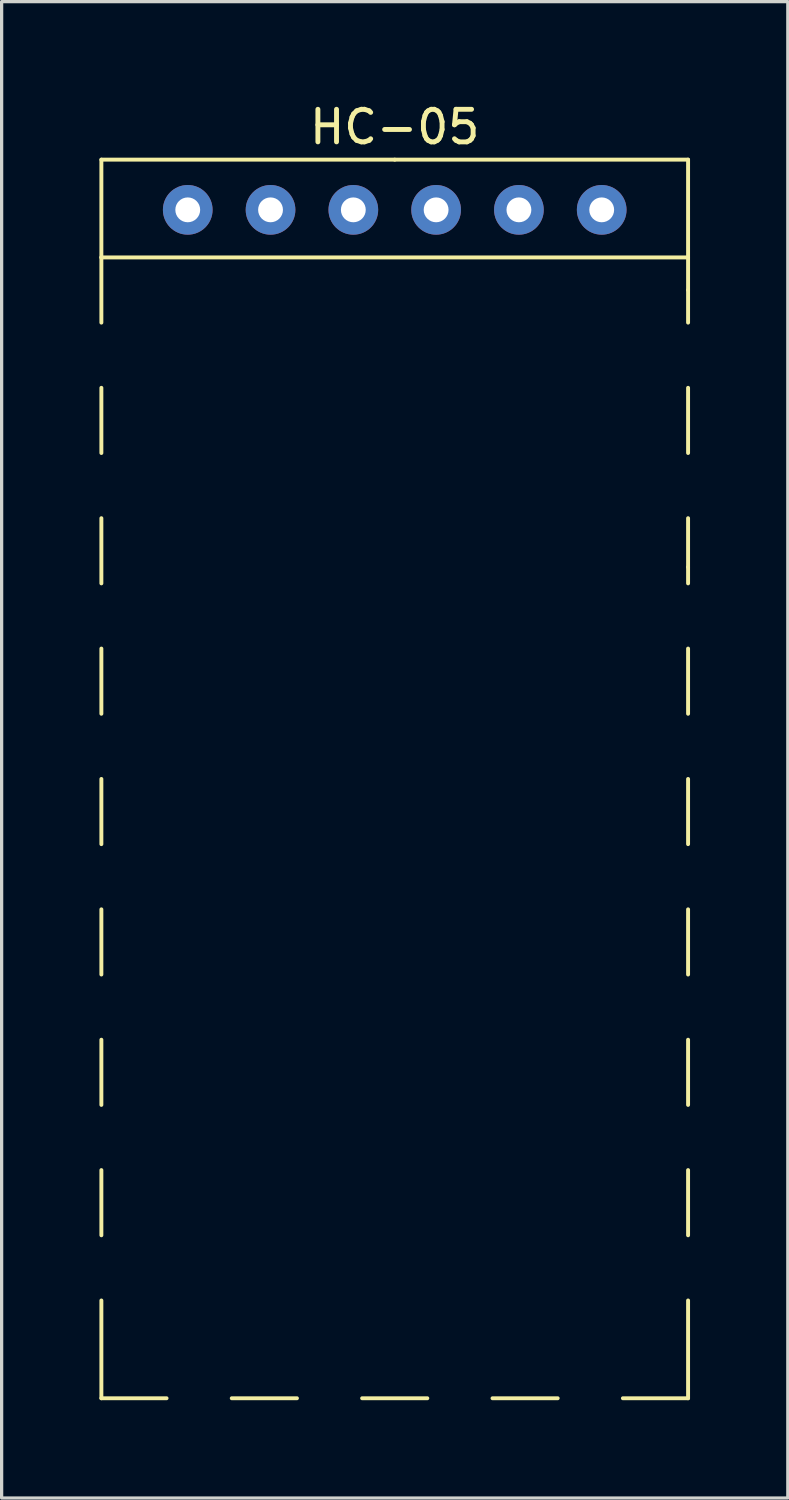
<source format=kicad_pcb>
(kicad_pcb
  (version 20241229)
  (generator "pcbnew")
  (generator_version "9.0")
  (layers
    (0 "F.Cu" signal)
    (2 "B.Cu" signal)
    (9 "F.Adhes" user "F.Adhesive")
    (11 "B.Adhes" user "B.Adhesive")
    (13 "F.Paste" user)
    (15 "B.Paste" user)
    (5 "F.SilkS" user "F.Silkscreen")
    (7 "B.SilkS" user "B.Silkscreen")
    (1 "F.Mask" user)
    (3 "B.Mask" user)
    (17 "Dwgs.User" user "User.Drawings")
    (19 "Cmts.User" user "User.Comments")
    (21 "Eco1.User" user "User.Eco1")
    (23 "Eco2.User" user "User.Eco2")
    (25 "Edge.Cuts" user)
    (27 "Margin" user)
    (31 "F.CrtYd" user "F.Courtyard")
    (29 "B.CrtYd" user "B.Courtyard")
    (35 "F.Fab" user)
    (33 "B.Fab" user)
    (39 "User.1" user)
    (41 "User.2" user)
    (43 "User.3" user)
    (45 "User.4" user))
  (footprint "HC-05"
    (layer "F.Cu")
    (at 9.06 0.848)
    (property "Reference" "HC-05" (at 0 0 0) (layer "F.SilkS") (effects (font (size 1 1) (thickness 0.15))))
    (attr through_hole)
    (fp_line (start -9 4) (end -9 1) (stroke (width 0.12) (type solid)) (layer "F.SilkS"))
    (fp_line (start -9 4) (end -9 6) (stroke (width 0.12) (type solid)) (layer "F.SilkS"))
    (fp_line (start -9 8) (end -9 10) (stroke (width 0.12) (type solid)) (layer "F.SilkS"))
    (fp_line (start -9 12) (end -9 14) (stroke (width 0.12) (type solid)) (layer "F.SilkS"))
    (fp_line (start -9 16) (end -9 18) (stroke (width 0.12) (type solid)) (layer "F.SilkS"))
    (fp_line (start -9 20) (end -9 22) (stroke (width 0.12) (type solid)) (layer "F.SilkS"))
    (fp_line (start -9 24) (end -9 26) (stroke (width 0.12) (type solid)) (layer "F.SilkS"))
    (fp_line (start -9 28) (end -9 30) (stroke (width 0.12) (type solid)) (layer "F.SilkS"))
    (fp_line (start -9 34) (end -9 32) (stroke (width 0.12) (type solid)) (layer "F.SilkS"))
    (fp_line (start -9 36) (end -9 39) (stroke (width 0.12) (type solid)) (layer "F.SilkS"))
    (fp_line (start -9 39) (end -7 39) (stroke (width 0.12) (type solid)) (layer "F.SilkS"))
    (fp_line (start -3 39) (end -5 39) (stroke (width 0.12) (type solid)) (layer "F.SilkS"))
    (fp_line (start -1 39) (end 1 39) (stroke (width 0.12) (type solid)) (layer "F.SilkS"))
    (fp_line (start 0 1) (end -9 1) (stroke (width 0.12) (type solid)) (layer "F.SilkS"))
    (fp_line (start 3 39) (end 5 39) (stroke (width 0.12) (type solid)) (layer "F.SilkS"))
    (fp_line (start 7 39) (end 9 39) (stroke (width 0.12) (type solid)) (layer "F.SilkS"))
    (fp_line (start 9 1) (end 0 1) (stroke (width 0.12) (type solid)) (layer "F.SilkS"))
    (fp_line (start 9 1) (end 9 5) (stroke (width 0.12) (type solid)) (layer "F.SilkS"))
    (fp_line (start 9 4) (end -9 4) (stroke (width 0.12) (type solid)) (layer "F.SilkS"))
    (fp_line (start 9 6) (end 9 5) (stroke (width 0.12) (type solid)) (layer "F.SilkS"))
    (fp_line (start 9 8) (end 9 10) (stroke (width 0.12) (type solid)) (layer "F.SilkS"))
    (fp_line (start 9 12) (end 9 13.5) (stroke (width 0.12) (type solid)) (layer "F.SilkS"))
    (fp_line (start 9 14) (end 9 13.5) (stroke (width 0.12) (type solid)) (layer "F.SilkS"))
    (fp_line (start 9 16) (end 9 18) (stroke (width 0.12) (type solid)) (layer "F.SilkS"))
    (fp_line (start 9 20) (end 9 22) (stroke (width 0.12) (type solid)) (layer "F.SilkS"))
    (fp_line (start 9 24) (end 9 26) (stroke (width 0.12) (type solid)) (layer "F.SilkS"))
    (fp_line (start 9 28) (end 9 30) (stroke (width 0.12) (type solid)) (layer "F.SilkS"))
    (fp_line (start 9 32) (end 9 34) (stroke (width 0.12) (type solid)) (layer "F.SilkS"))
    (fp_line (start 9 36) (end 9 39) (stroke (width 0.12) (type solid)) (layer "F.SilkS"))
    (pad "1" thru_hole circle (at -6.35 2.54) (size 1.524 1.524) (drill 0.762) (layers "*.Cu" "*.Mask"))
    (pad "2" thru_hole circle (at -3.81 2.54) (size 1.524 1.524) (drill 0.762) (layers "*.Cu" "*.Mask"))
    (pad "3" thru_hole circle (at -1.27 2.54) (size 1.524 1.524) (drill 0.762) (layers "*.Cu" "*.Mask"))
    (pad "4" thru_hole circle (at 1.27 2.54) (size 1.524 1.524) (drill 0.762) (layers "*.Cu" "*.Mask"))
    (pad "5" thru_hole circle (at 3.81 2.54) (size 1.524 1.524) (drill 0.762) (layers "*.Cu" "*.Mask"))
    (pad "6" thru_hole circle (at 6.35 2.54) (size 1.524 1.524) (drill 0.762) (layers "*.Cu" "*.Mask")))
  (gr_rect
    (start -3 -3)
    (end 21.12 42.908)
    (stroke (width 0.1) (type default))
    (fill no)
    (layer "Edge.Cuts")))
</source>
